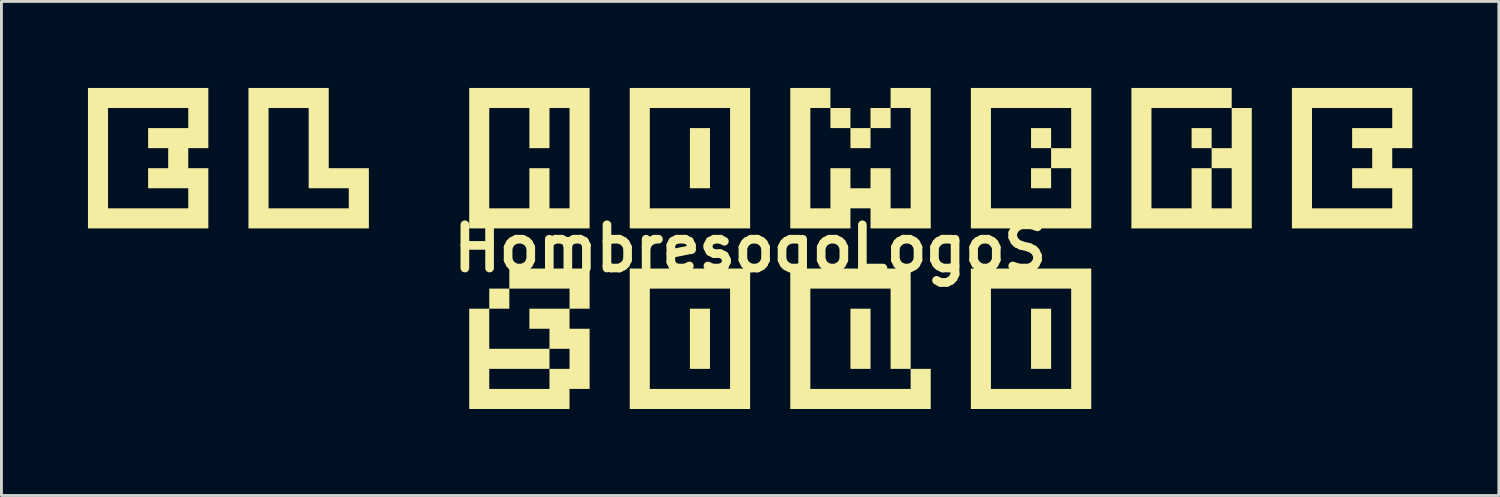
<source format=kicad_pcb>
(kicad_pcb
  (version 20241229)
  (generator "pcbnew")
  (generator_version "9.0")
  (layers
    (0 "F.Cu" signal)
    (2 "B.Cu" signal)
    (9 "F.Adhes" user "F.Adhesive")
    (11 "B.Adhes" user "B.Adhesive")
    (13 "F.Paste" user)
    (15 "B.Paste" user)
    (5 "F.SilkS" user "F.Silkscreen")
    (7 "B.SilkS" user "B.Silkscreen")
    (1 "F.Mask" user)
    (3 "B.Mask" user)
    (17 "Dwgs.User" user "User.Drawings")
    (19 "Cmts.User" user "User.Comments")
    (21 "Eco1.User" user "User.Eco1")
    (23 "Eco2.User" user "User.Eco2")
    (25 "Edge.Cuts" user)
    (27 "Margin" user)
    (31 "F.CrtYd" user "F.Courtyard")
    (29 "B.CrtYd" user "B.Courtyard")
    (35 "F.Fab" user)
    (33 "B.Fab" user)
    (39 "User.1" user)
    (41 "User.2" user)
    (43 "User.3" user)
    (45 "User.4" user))
  (footprint "HombresoqoLogoS"
    (layer "F.Cu")
    (at 22.964 5.567)
    (property "Reference" "HombresoqoLogoS" (at 0 0 0) (layer "F.SilkS") (effects (font (size 1.5 1.5) (thickness 0.3))))
    (attr board_only exclude_from_pos_files exclude_from_bom)
    (fp_poly (pts (xy -1.392 -3.132) (xy -1.392 -2.088) (xy -1.74 -2.088) (xy -2.088 -2.088) (xy -2.088 -3.132) (xy -2.088 -4.175) (xy -1.74 -4.175) (xy -1.392 -4.175)) (stroke (width 0) (type solid)) (fill yes) (layer "F.SilkS"))
    (fp_poly (pts (xy -1.392 3.132) (xy -1.392 4.175) (xy -1.74 4.175) (xy -2.088 4.175) (xy -2.088 3.132) (xy -2.088 2.088) (xy -1.74 2.088) (xy -1.392 2.088)) (stroke (width 0) (type solid)) (fill yes) (layer "F.SilkS"))
    (fp_poly (pts (xy 4.175 3.132) (xy 4.175 4.175) (xy 3.827 4.175) (xy 3.479 4.175) (xy 3.479 3.132) (xy 3.479 2.088) (xy 3.827 2.088) (xy 4.175 2.088)) (stroke (width 0) (type solid)) (fill yes) (layer "F.SilkS"))
    (fp_poly (pts (xy 10.438 -3.827) (xy 10.438 -3.479) (xy 10.09 -3.479) (xy 9.742 -3.479) (xy 9.742 -3.827) (xy 9.742 -4.175) (xy 10.09 -4.175) (xy 10.438 -4.175)) (stroke (width 0) (type solid)) (fill yes) (layer "F.SilkS"))
    (fp_poly (pts (xy 10.438 -2.436) (xy 10.438 -2.088) (xy 10.09 -2.088) (xy 9.742 -2.088) (xy 9.742 -2.436) (xy 9.742 -2.784) (xy 10.09 -2.784) (xy 10.438 -2.784)) (stroke (width 0) (type solid)) (fill yes) (layer "F.SilkS"))
    (fp_poly (pts (xy 10.438 3.132) (xy 10.438 4.175) (xy 10.09 4.175) (xy 9.742 4.175) (xy 9.742 3.132) (xy 9.742 2.088) (xy 10.09 2.088) (xy 10.438 2.088)) (stroke (width 0) (type solid)) (fill yes) (layer "F.SilkS"))
    (fp_poly (pts (xy 16.005 -3.827) (xy 16.005 -3.479) (xy 15.658 -3.479) (xy 15.31 -3.479) (xy 15.31 -3.827) (xy 15.31 -4.175) (xy 15.658 -4.175) (xy 16.005 -4.175)) (stroke (width 0) (type solid)) (fill yes) (layer "F.SilkS"))
    (fp_poly (pts (xy -0.000001 -3.132) (xy -0.000001 -0.696) (xy -2.088 -0.696) (xy -4.175 -0.696) (xy -4.175 -3.132) (xy -3.479 -3.132) (xy -3.479 -1.392) (xy -2.088 -1.392) (xy -0.696 -1.392) (xy -0.696 -3.132) (xy -0.696 -4.871) (xy -2.088 -4.871) (xy -3.479 -4.871) (xy -3.479 -3.132) (xy -4.175 -3.132) (xy -4.175 -5.567) (xy -2.088 -5.567) (xy -0.000001 -5.567)) (stroke (width 0) (type solid)) (fill yes) (layer "F.SilkS"))
    (fp_poly (pts (xy -0.000001 3.132) (xy -0.000001 5.567) (xy -2.088 5.567) (xy -4.175 5.567) (xy -4.175 3.132) (xy -3.479 3.132) (xy -3.479 4.871) (xy -2.088 4.871) (xy -0.696 4.871) (xy -0.696 3.132) (xy -0.696 1.392) (xy -2.088 1.392) (xy -3.479 1.392) (xy -3.479 3.132) (xy -4.175 3.132) (xy -4.175 0.696) (xy -2.088 0.696) (xy -0.000001 0.696)) (stroke (width 0) (type solid)) (fill yes) (layer "F.SilkS"))
    (fp_poly (pts (xy 11.83 3.132) (xy 11.83 5.567) (xy 9.742 5.567) (xy 7.655 5.567) (xy 7.655 3.132) (xy 8.351 3.132) (xy 8.351 4.871) (xy 9.742 4.871) (xy 11.134 4.871) (xy 11.134 3.132) (xy 11.134 1.392) (xy 9.742 1.392) (xy 8.351 1.392) (xy 8.351 3.132) (xy 7.655 3.132) (xy 7.655 0.696) (xy 9.742 0.696) (xy 11.83 0.696)) (stroke (width 0) (type solid)) (fill yes) (layer "F.SilkS"))
    (fp_poly (pts (xy 5.567 2.436) (xy 5.567 4.175) (xy 5.219 4.175) (xy 4.871 4.175) (xy 4.871 2.784) (xy 4.871 1.392) (xy 3.479 1.392) (xy 2.088 1.392) (xy 2.088 3.132) (xy 2.088 4.871) (xy 3.827 4.871) (xy 5.567 4.871) (xy 5.567 4.523) (xy 5.567 4.175) (xy 5.915 4.175) (xy 6.263 4.175) (xy 6.263 4.871) (xy 6.263 5.567) (xy 3.827 5.567) (xy 1.392 5.567) (xy 1.392 3.132) (xy 1.392 0.696) (xy 3.479 0.696) (xy 5.567 0.696)) (stroke (width 0) (type solid)) (fill yes) (layer "F.SilkS"))
    (fp_poly (pts (xy -14.614 -4.175) (xy -14.614 -2.784) (xy -13.918 -2.784) (xy -13.222 -2.784) (xy -13.222 -1.74) (xy -13.222 -0.696) (xy -15.31 -0.696) (xy -17.397 -0.696) (xy -17.397 -3.132) (xy -16.701 -3.132) (xy -16.701 -1.392) (xy -15.31 -1.392) (xy -13.918 -1.392) (xy -13.918 -1.74) (xy -13.918 -2.088) (xy -14.614 -2.088) (xy -15.31 -2.088) (xy -15.31 -3.479) (xy -15.31 -4.871) (xy -16.005 -4.871) (xy -16.701 -4.871) (xy -16.701 -3.132) (xy -17.397 -3.132) (xy -17.397 -5.567) (xy -16.005 -5.567) (xy -14.614 -5.567)) (stroke (width 0) (type solid)) (fill yes) (layer "F.SilkS"))
    (fp_poly (pts (xy 11.83 -3.132) (xy 11.83 -0.696) (xy 9.742 -0.696) (xy 7.655 -0.696) (xy 7.655 -3.132) (xy 8.351 -3.132) (xy 8.351 -1.392) (xy 9.742 -1.392) (xy 11.134 -1.392) (xy 11.134 -2.088) (xy 11.134 -2.784) (xy 10.786 -2.784) (xy 10.438 -2.784) (xy 10.438 -3.132) (xy 10.438 -3.479) (xy 10.786 -3.479) (xy 11.134 -3.479) (xy 11.134 -4.175) (xy 11.134 -4.871) (xy 9.742 -4.871) (xy 8.351 -4.871) (xy 8.351 -3.132) (xy 7.655 -3.132) (xy 7.655 -5.567) (xy 9.742 -5.567) (xy 11.83 -5.567)) (stroke (width 0) (type solid)) (fill yes) (layer "F.SilkS"))
    (fp_poly (pts (xy -5.567 -3.132) (xy -5.567 -0.696) (xy -7.655 -0.696) (xy -9.742 -0.696) (xy -9.742 -3.132) (xy -9.047 -3.132) (xy -9.047 -1.392) (xy -8.351 -1.392) (xy -7.655 -1.392) (xy -7.655 -2.088) (xy -7.655 -2.784) (xy -7.307 -2.784) (xy -6.959 -2.784) (xy -6.959 -2.088) (xy -6.959 -1.392) (xy -6.611 -1.392) (xy -6.263 -1.392) (xy -6.263 -3.132) (xy -6.263 -4.871) (xy -6.611 -4.871) (xy -6.959 -4.871) (xy -6.959 -4.175) (xy -6.959 -3.479) (xy -7.307 -3.479) (xy -7.655 -3.479) (xy -7.655 -4.175) (xy -7.655 -4.871) (xy -8.351 -4.871) (xy -9.047 -4.871) (xy -9.047 -3.132) (xy -9.742 -3.132) (xy -9.742 -5.567) (xy -7.655 -5.567) (xy -5.567 -5.567)) (stroke (width 0) (type solid)) (fill yes) (layer "F.SilkS"))
    (fp_poly (pts (xy 16.701 -5.219) (xy 16.701 -4.871) (xy 15.31 -4.871) (xy 13.918 -4.871) (xy 13.918 -3.132) (xy 13.918 -1.392) (xy 14.614 -1.392) (xy 15.31 -1.392) (xy 15.31 -2.088) (xy 16.005 -2.088) (xy 16.005 -1.392) (xy 16.353 -1.392) (xy 16.701 -1.392) (xy 16.701 -2.088) (xy 16.701 -2.784) (xy 16.353 -2.784) (xy 16.005 -2.784) (xy 16.005 -2.088) (xy 15.31 -2.088) (xy 15.31 -2.784) (xy 15.658 -2.784) (xy 16.005 -2.784) (xy 16.005 -3.132) (xy 16.005 -3.479) (xy 16.353 -3.479) (xy 16.701 -3.479) (xy 16.701 -4.175) (xy 16.701 -4.871) (xy 17.049 -4.871) (xy 17.397 -4.871) (xy 17.397 -2.784) (xy 17.397 -0.696) (xy 15.31 -0.696) (xy 13.222 -0.696) (xy 13.222 -3.132) (xy 13.222 -5.567) (xy 14.962 -5.567) (xy 16.701 -5.567)) (stroke (width 0) (type solid)) (fill yes) (layer "F.SilkS"))
    (fp_poly (pts (xy -18.789 -4.523) (xy -18.789 -3.479) (xy -19.137 -3.479) (xy -19.485 -3.479) (xy -19.485 -3.132) (xy -19.485 -2.784) (xy -19.137 -2.784) (xy -18.789 -2.784) (xy -18.789 -1.74) (xy -18.789 -0.696) (xy -20.877 -0.696) (xy -22.964 -0.696) (xy -22.964 -3.132) (xy -22.268 -3.132) (xy -22.268 -1.392) (xy -20.877 -1.392) (xy -19.485 -1.392) (xy -19.485 -1.74) (xy -19.485 -2.088) (xy -20.181 -2.088) (xy -20.877 -2.088) (xy -20.877 -2.436) (xy -20.877 -2.784) (xy -20.529 -2.784) (xy -20.181 -2.784) (xy -20.181 -3.132) (xy -20.181 -3.479) (xy -20.529 -3.479) (xy -20.877 -3.479) (xy -20.877 -3.827) (xy -20.877 -4.175) (xy -20.181 -4.175) (xy -19.485 -4.175) (xy -19.485 -4.523) (xy -19.485 -4.871) (xy -20.877 -4.871) (xy -22.268 -4.871) (xy -22.268 -3.132) (xy -22.964 -3.132) (xy -22.964 -5.567) (xy -20.877 -5.567) (xy -18.789 -5.567)) (stroke (width 0) (type solid)) (fill yes) (layer "F.SilkS"))
    (fp_poly (pts (xy 22.964 -4.523) (xy 22.964 -3.479) (xy 22.616 -3.479) (xy 22.268 -3.479) (xy 22.268 -3.132) (xy 22.268 -2.784) (xy 22.616 -2.784) (xy 22.964 -2.784) (xy 22.964 -1.74) (xy 22.964 -0.696) (xy 20.877 -0.696) (xy 18.789 -0.696) (xy 18.789 -3.132) (xy 19.485 -3.132) (xy 19.485 -1.392) (xy 20.877 -1.392) (xy 22.268 -1.392) (xy 22.268 -1.74) (xy 22.268 -2.088) (xy 21.573 -2.088) (xy 20.877 -2.088) (xy 20.877 -2.436) (xy 20.877 -2.784) (xy 21.225 -2.784) (xy 21.573 -2.784) (xy 21.573 -3.132) (xy 21.573 -3.479) (xy 21.225 -3.479) (xy 20.877 -3.479) (xy 20.877 -3.827) (xy 20.877 -4.175) (xy 21.573 -4.175) (xy 22.268 -4.175) (xy 22.268 -4.523) (xy 22.268 -4.871) (xy 20.877 -4.871) (xy 19.485 -4.871) (xy 19.485 -3.132) (xy 18.789 -3.132) (xy 18.789 -5.567) (xy 20.877 -5.567) (xy 22.964 -5.567)) (stroke (width 0) (type solid)) (fill yes) (layer "F.SilkS"))
    (fp_poly (pts (xy -5.567 1.392) (xy -5.567 2.088) (xy -5.915 2.088) (xy -6.263 2.088) (xy -6.263 2.436) (xy -6.263 2.784) (xy -5.915 2.784) (xy -5.567 2.784) (xy -5.567 3.827) (xy -5.567 4.871) (xy -5.915 4.871) (xy -6.263 4.871) (xy -6.263 5.219) (xy -6.263 5.567) (xy -8.003 5.567) (xy -9.742 5.567) (xy -9.742 4.175) (xy -9.047 4.175) (xy -9.047 4.523) (xy -9.047 4.871) (xy -8.003 4.871) (xy -6.959 4.871) (xy -6.959 4.523) (xy -6.959 4.175) (xy -6.611 4.175) (xy -6.263 4.175) (xy -6.263 3.827) (xy -6.263 3.479) (xy -6.611 3.479) (xy -6.959 3.479) (xy -6.959 3.827) (xy -6.959 4.175) (xy -8.003 4.175) (xy -9.047 4.175) (xy -9.742 4.175) (xy -9.742 3.827) (xy -9.742 2.088) (xy -9.395 2.088) (xy -9.047 2.088) (xy -9.047 2.784) (xy -9.047 3.479) (xy -8.003 3.479) (xy -6.959 3.479) (xy -6.959 3.132) (xy -6.959 2.784) (xy -7.307 2.784) (xy -7.655 2.784) (xy -7.655 2.436) (xy -7.655 2.088) (xy -6.959 2.088) (xy -6.263 2.088) (xy -6.263 1.74) (xy -6.263 1.392) (xy -7.307 1.392) (xy -8.351 1.392) (xy -8.351 1.74) (xy -8.351 2.088) (xy -8.699 2.088) (xy -9.047 2.088) (xy -9.047 1.74) (xy -9.047 1.392) (xy -8.699 1.392) (xy -8.351 1.392) (xy -8.351 1.044) (xy -8.351 0.696) (xy -6.959 0.696) (xy -5.567 0.696)) (stroke (width 0) (type solid)) (fill yes) (layer "F.SilkS"))
    (fp_poly (pts (xy 2.784 -5.219) (xy 2.784 -4.871) (xy 2.436 -4.871) (xy 2.088 -4.871) (xy 2.088 -3.132) (xy 2.088 -1.392) (xy 2.436 -1.392) (xy 2.784 -1.392) (xy 2.784 -2.088) (xy 2.784 -2.784) (xy 3.132 -2.784) (xy 3.479 -2.784) (xy 3.479 -2.436) (xy 3.479 -2.088) (xy 3.827 -2.088) (xy 4.175 -2.088) (xy 4.175 -2.436) (xy 4.175 -2.784) (xy 4.523 -2.784) (xy 4.871 -2.784) (xy 4.871 -2.088) (xy 4.871 -1.392) (xy 5.219 -1.392) (xy 5.567 -1.392) (xy 5.567 -3.132) (xy 5.567 -4.871) (xy 5.219 -4.871) (xy 4.871 -4.871) (xy 4.871 -4.523) (xy 4.871 -4.175) (xy 4.523 -4.175) (xy 4.175 -4.175) (xy 4.175 -3.827) (xy 4.175 -3.479) (xy 3.827 -3.479) (xy 3.479 -3.479) (xy 3.479 -3.827) (xy 3.479 -4.175) (xy 3.132 -4.175) (xy 2.784 -4.175) (xy 2.784 -4.523) (xy 2.784 -4.871) (xy 3.132 -4.871) (xy 3.479 -4.871) (xy 3.479 -4.523) (xy 3.479 -4.175) (xy 3.827 -4.175) (xy 4.175 -4.175) (xy 4.175 -4.523) (xy 4.175 -4.871) (xy 4.523 -4.871) (xy 4.871 -4.871) (xy 4.871 -5.219) (xy 4.871 -5.567) (xy 5.567 -5.567) (xy 6.263 -5.567) (xy 6.263 -3.132) (xy 6.263 -0.696) (xy 5.219 -0.696) (xy 4.175 -0.696) (xy 4.175 -1.044) (xy 4.175 -1.392) (xy 3.827 -1.392) (xy 3.479 -1.392) (xy 3.479 -1.044) (xy 3.479 -0.696) (xy 2.436 -0.696) (xy 1.392 -0.696) (xy 1.392 -3.132) (xy 1.392 -5.567) (xy 2.088 -5.567) (xy 2.784 -5.567)) (stroke (width 0) (type solid)) (fill yes) (layer "F.SilkS")))
  (gr_rect
    (start -3 -3)
    (end 48.929 14.134)
    (stroke (width 0.1) (type default))
    (fill no)
    (layer "Edge.Cuts")))
</source>
